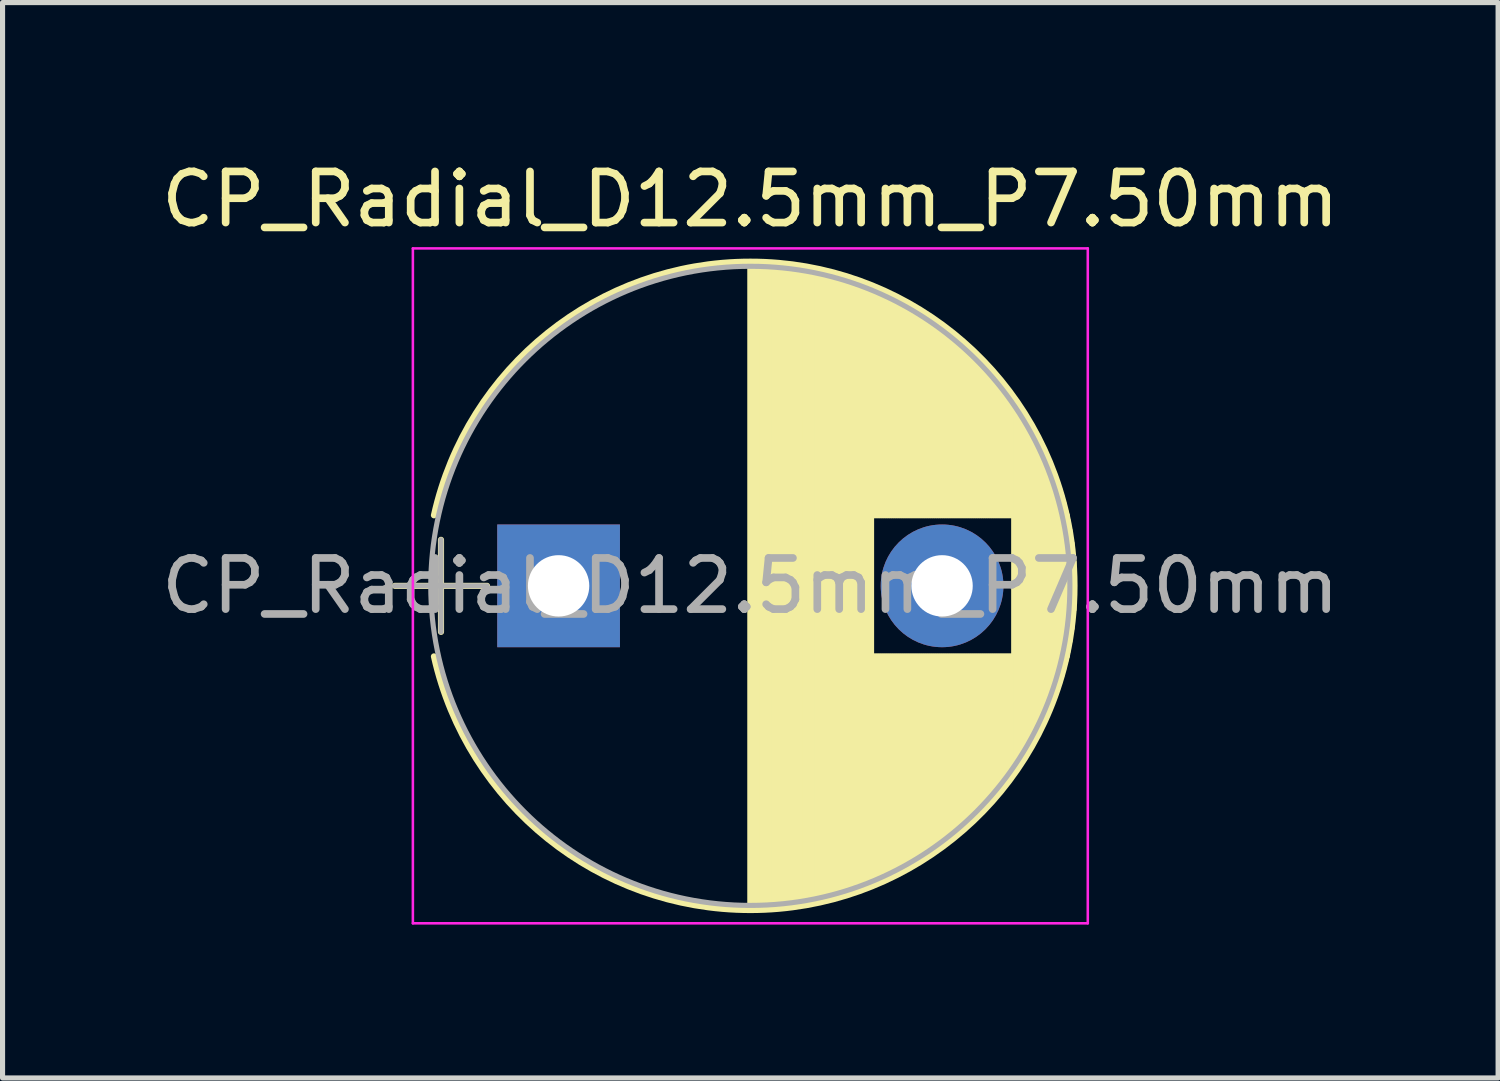
<source format=kicad_pcb>
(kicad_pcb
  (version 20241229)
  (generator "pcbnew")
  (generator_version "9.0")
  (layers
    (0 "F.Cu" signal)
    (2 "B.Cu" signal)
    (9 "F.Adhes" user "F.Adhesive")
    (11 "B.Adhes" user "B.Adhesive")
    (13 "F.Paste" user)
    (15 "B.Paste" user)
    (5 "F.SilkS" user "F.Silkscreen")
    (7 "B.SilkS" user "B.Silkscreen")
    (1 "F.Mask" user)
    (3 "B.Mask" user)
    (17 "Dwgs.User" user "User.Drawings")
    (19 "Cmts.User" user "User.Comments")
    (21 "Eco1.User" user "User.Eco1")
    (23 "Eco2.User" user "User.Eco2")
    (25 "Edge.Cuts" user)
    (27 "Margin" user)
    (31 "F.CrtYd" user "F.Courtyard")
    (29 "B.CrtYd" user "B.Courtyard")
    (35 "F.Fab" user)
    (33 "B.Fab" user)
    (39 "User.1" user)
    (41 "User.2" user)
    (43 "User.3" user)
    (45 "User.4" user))
  (footprint "CP_Radial_D12.5mm_P7.50mm"
    (layer "F.Cu")
    (at 7.875 8.408)
    (property "Reference" "CP_Radial_D12.5mm_P7.50mm" (at 3.75 -7.56 0) (layer "F.SilkS") (effects (font (size 1 1) (thickness 0.15))))
    (attr through_hole)
    (fp_line (start -3.2 0) (end -1.4 0) (stroke (width 0.12) (type solid)) (layer "F.SilkS"))
    (fp_line (start -2.3 -0.9) (end -2.3 0.9) (stroke (width 0.12) (type solid)) (layer "F.SilkS"))
    (fp_line (start 3.75 -6.3) (end 3.75 6.3) (stroke (width 0.12) (type solid)) (layer "F.SilkS"))
    (fp_line (start 3.79 -6.3) (end 3.79 6.3) (stroke (width 0.12) (type solid)) (layer "F.SilkS"))
    (fp_line (start 3.83 -6.3) (end 3.83 6.3) (stroke (width 0.12) (type solid)) (layer "F.SilkS"))
    (fp_line (start 3.87 -6.299) (end 3.87 6.299) (stroke (width 0.12) (type solid)) (layer "F.SilkS"))
    (fp_line (start 3.91 -6.298) (end 3.91 6.298) (stroke (width 0.12) (type solid)) (layer "F.SilkS"))
    (fp_line (start 3.95 -6.297) (end 3.95 6.297) (stroke (width 0.12) (type solid)) (layer "F.SilkS"))
    (fp_line (start 3.99 -6.296) (end 3.99 6.296) (stroke (width 0.12) (type solid)) (layer "F.SilkS"))
    (fp_line (start 4.03 -6.294) (end 4.03 6.294) (stroke (width 0.12) (type solid)) (layer "F.SilkS"))
    (fp_line (start 4.07 -6.292) (end 4.07 6.292) (stroke (width 0.12) (type solid)) (layer "F.SilkS"))
    (fp_line (start 4.11 -6.29) (end 4.11 6.29) (stroke (width 0.12) (type solid)) (layer "F.SilkS"))
    (fp_line (start 4.15 -6.288) (end 4.15 6.288) (stroke (width 0.12) (type solid)) (layer "F.SilkS"))
    (fp_line (start 4.19 -6.285) (end 4.19 6.285) (stroke (width 0.12) (type solid)) (layer "F.SilkS"))
    (fp_line (start 4.23 -6.282) (end 4.23 6.282) (stroke (width 0.12) (type solid)) (layer "F.SilkS"))
    (fp_line (start 4.27 -6.279) (end 4.27 6.279) (stroke (width 0.12) (type solid)) (layer "F.SilkS"))
    (fp_line (start 4.31 -6.276) (end 4.31 6.276) (stroke (width 0.12) (type solid)) (layer "F.SilkS"))
    (fp_line (start 4.35 -6.272) (end 4.35 6.272) (stroke (width 0.12) (type solid)) (layer "F.SilkS"))
    (fp_line (start 4.39 -6.268) (end 4.39 6.268) (stroke (width 0.12) (type solid)) (layer "F.SilkS"))
    (fp_line (start 4.43 -6.264) (end 4.43 6.264) (stroke (width 0.12) (type solid)) (layer "F.SilkS"))
    (fp_line (start 4.471 -6.259) (end 4.471 6.259) (stroke (width 0.12) (type solid)) (layer "F.SilkS"))
    (fp_line (start 4.511 -6.255) (end 4.511 6.255) (stroke (width 0.12) (type solid)) (layer "F.SilkS"))
    (fp_line (start 4.551 -6.25) (end 4.551 6.25) (stroke (width 0.12) (type solid)) (layer "F.SilkS"))
    (fp_line (start 4.591 -6.245) (end 4.591 6.245) (stroke (width 0.12) (type solid)) (layer "F.SilkS"))
    (fp_line (start 4.631 -6.239) (end 4.631 6.239) (stroke (width 0.12) (type solid)) (layer "F.SilkS"))
    (fp_line (start 4.671 -6.233) (end 4.671 6.233) (stroke (width 0.12) (type solid)) (layer "F.SilkS"))
    (fp_line (start 4.711 -6.227) (end 4.711 6.227) (stroke (width 0.12) (type solid)) (layer "F.SilkS"))
    (fp_line (start 4.751 -6.221) (end 4.751 6.221) (stroke (width 0.12) (type solid)) (layer "F.SilkS"))
    (fp_line (start 4.791 -6.215) (end 4.791 6.215) (stroke (width 0.12) (type solid)) (layer "F.SilkS"))
    (fp_line (start 4.831 -6.208) (end 4.831 6.208) (stroke (width 0.12) (type solid)) (layer "F.SilkS"))
    (fp_line (start 4.871 -6.201) (end 4.871 6.201) (stroke (width 0.12) (type solid)) (layer "F.SilkS"))
    (fp_line (start 4.911 -6.193) (end 4.911 6.193) (stroke (width 0.12) (type solid)) (layer "F.SilkS"))
    (fp_line (start 4.951 -6.186) (end 4.951 6.186) (stroke (width 0.12) (type solid)) (layer "F.SilkS"))
    (fp_line (start 4.991 -6.178) (end 4.991 6.178) (stroke (width 0.12) (type solid)) (layer "F.SilkS"))
    (fp_line (start 5.031 -6.17) (end 5.031 6.17) (stroke (width 0.12) (type solid)) (layer "F.SilkS"))
    (fp_line (start 5.071 -6.162) (end 5.071 6.162) (stroke (width 0.12) (type solid)) (layer "F.SilkS"))
    (fp_line (start 5.111 -6.153) (end 5.111 6.153) (stroke (width 0.12) (type solid)) (layer "F.SilkS"))
    (fp_line (start 5.151 -6.144) (end 5.151 6.144) (stroke (width 0.12) (type solid)) (layer "F.SilkS"))
    (fp_line (start 5.191 -6.135) (end 5.191 6.135) (stroke (width 0.12) (type solid)) (layer "F.SilkS"))
    (fp_line (start 5.231 -6.125) (end 5.231 6.125) (stroke (width 0.12) (type solid)) (layer "F.SilkS"))
    (fp_line (start 5.271 -6.116) (end 5.271 6.116) (stroke (width 0.12) (type solid)) (layer "F.SilkS"))
    (fp_line (start 5.311 -6.106) (end 5.311 6.106) (stroke (width 0.12) (type solid)) (layer "F.SilkS"))
    (fp_line (start 5.351 -6.095) (end 5.351 6.095) (stroke (width 0.12) (type solid)) (layer "F.SilkS"))
    (fp_line (start 5.391 -6.085) (end 5.391 6.085) (stroke (width 0.12) (type solid)) (layer "F.SilkS"))
    (fp_line (start 5.431 -6.074) (end 5.431 6.074) (stroke (width 0.12) (type solid)) (layer "F.SilkS"))
    (fp_line (start 5.471 -6.063) (end 5.471 6.063) (stroke (width 0.12) (type solid)) (layer "F.SilkS"))
    (fp_line (start 5.511 -6.051) (end 5.511 6.051) (stroke (width 0.12) (type solid)) (layer "F.SilkS"))
    (fp_line (start 5.551 -6.04) (end 5.551 6.04) (stroke (width 0.12) (type solid)) (layer "F.SilkS"))
    (fp_line (start 5.591 -6.028) (end 5.591 6.028) (stroke (width 0.12) (type solid)) (layer "F.SilkS"))
    (fp_line (start 5.631 -6.015) (end 5.631 6.015) (stroke (width 0.12) (type solid)) (layer "F.SilkS"))
    (fp_line (start 5.671 -6.003) (end 5.671 6.003) (stroke (width 0.12) (type solid)) (layer "F.SilkS"))
    (fp_line (start 5.711 -5.99) (end 5.711 5.99) (stroke (width 0.12) (type solid)) (layer "F.SilkS"))
    (fp_line (start 5.751 -5.977) (end 5.751 5.977) (stroke (width 0.12) (type solid)) (layer "F.SilkS"))
    (fp_line (start 5.791 -5.963) (end 5.791 5.963) (stroke (width 0.12) (type solid)) (layer "F.SilkS"))
    (fp_line (start 5.831 -5.95) (end 5.831 5.95) (stroke (width 0.12) (type solid)) (layer "F.SilkS"))
    (fp_line (start 5.871 -5.936) (end 5.871 5.936) (stroke (width 0.12) (type solid)) (layer "F.SilkS"))
    (fp_line (start 5.911 -5.921) (end 5.911 5.921) (stroke (width 0.12) (type solid)) (layer "F.SilkS"))
    (fp_line (start 5.951 -5.907) (end 5.951 5.907) (stroke (width 0.12) (type solid)) (layer "F.SilkS"))
    (fp_line (start 5.991 -5.892) (end 5.991 5.892) (stroke (width 0.12) (type solid)) (layer "F.SilkS"))
    (fp_line (start 6.031 -5.876) (end 6.031 5.876) (stroke (width 0.12) (type solid)) (layer "F.SilkS"))
    (fp_line (start 6.071 -5.861) (end 6.071 5.861) (stroke (width 0.12) (type solid)) (layer "F.SilkS"))
    (fp_line (start 6.111 -5.845) (end 6.111 5.845) (stroke (width 0.12) (type solid)) (layer "F.SilkS"))
    (fp_line (start 6.151 -5.829) (end 6.151 -1.38) (stroke (width 0.12) (type solid)) (layer "F.SilkS"))
    (fp_line (start 6.151 1.38) (end 6.151 5.829) (stroke (width 0.12) (type solid)) (layer "F.SilkS"))
    (fp_line (start 6.191 -5.812) (end 6.191 -1.38) (stroke (width 0.12) (type solid)) (layer "F.SilkS"))
    (fp_line (start 6.191 1.38) (end 6.191 5.812) (stroke (width 0.12) (type solid)) (layer "F.SilkS"))
    (fp_line (start 6.231 -5.795) (end 6.231 -1.38) (stroke (width 0.12) (type solid)) (layer "F.SilkS"))
    (fp_line (start 6.231 1.38) (end 6.231 5.795) (stroke (width 0.12) (type solid)) (layer "F.SilkS"))
    (fp_line (start 6.271 -5.778) (end 6.271 -1.38) (stroke (width 0.12) (type solid)) (layer "F.SilkS"))
    (fp_line (start 6.271 1.38) (end 6.271 5.778) (stroke (width 0.12) (type solid)) (layer "F.SilkS"))
    (fp_line (start 6.311 -5.761) (end 6.311 -1.38) (stroke (width 0.12) (type solid)) (layer "F.SilkS"))
    (fp_line (start 6.311 1.38) (end 6.311 5.761) (stroke (width 0.12) (type solid)) (layer "F.SilkS"))
    (fp_line (start 6.351 -5.743) (end 6.351 -1.38) (stroke (width 0.12) (type solid)) (layer "F.SilkS"))
    (fp_line (start 6.351 1.38) (end 6.351 5.743) (stroke (width 0.12) (type solid)) (layer "F.SilkS"))
    (fp_line (start 6.391 -5.725) (end 6.391 -1.38) (stroke (width 0.12) (type solid)) (layer "F.SilkS"))
    (fp_line (start 6.391 1.38) (end 6.391 5.725) (stroke (width 0.12) (type solid)) (layer "F.SilkS"))
    (fp_line (start 6.431 -5.706) (end 6.431 -1.38) (stroke (width 0.12) (type solid)) (layer "F.SilkS"))
    (fp_line (start 6.431 1.38) (end 6.431 5.706) (stroke (width 0.12) (type solid)) (layer "F.SilkS"))
    (fp_line (start 6.471 -5.687) (end 6.471 -1.38) (stroke (width 0.12) (type solid)) (layer "F.SilkS"))
    (fp_line (start 6.471 1.38) (end 6.471 5.687) (stroke (width 0.12) (type solid)) (layer "F.SilkS"))
    (fp_line (start 6.511 -5.668) (end 6.511 -1.38) (stroke (width 0.12) (type solid)) (layer "F.SilkS"))
    (fp_line (start 6.511 1.38) (end 6.511 5.668) (stroke (width 0.12) (type solid)) (layer "F.SilkS"))
    (fp_line (start 6.551 -5.649) (end 6.551 -1.38) (stroke (width 0.12) (type solid)) (layer "F.SilkS"))
    (fp_line (start 6.551 1.38) (end 6.551 5.649) (stroke (width 0.12) (type solid)) (layer "F.SilkS"))
    (fp_line (start 6.591 -5.629) (end 6.591 -1.38) (stroke (width 0.12) (type solid)) (layer "F.SilkS"))
    (fp_line (start 6.591 1.38) (end 6.591 5.629) (stroke (width 0.12) (type solid)) (layer "F.SilkS"))
    (fp_line (start 6.631 -5.609) (end 6.631 -1.38) (stroke (width 0.12) (type solid)) (layer "F.SilkS"))
    (fp_line (start 6.631 1.38) (end 6.631 5.609) (stroke (width 0.12) (type solid)) (layer "F.SilkS"))
    (fp_line (start 6.671 -5.588) (end 6.671 -1.38) (stroke (width 0.12) (type solid)) (layer "F.SilkS"))
    (fp_line (start 6.671 1.38) (end 6.671 5.588) (stroke (width 0.12) (type solid)) (layer "F.SilkS"))
    (fp_line (start 6.711 -5.567) (end 6.711 -1.38) (stroke (width 0.12) (type solid)) (layer "F.SilkS"))
    (fp_line (start 6.711 1.38) (end 6.711 5.567) (stroke (width 0.12) (type solid)) (layer "F.SilkS"))
    (fp_line (start 6.751 -5.546) (end 6.751 -1.38) (stroke (width 0.12) (type solid)) (layer "F.SilkS"))
    (fp_line (start 6.751 1.38) (end 6.751 5.546) (stroke (width 0.12) (type solid)) (layer "F.SilkS"))
    (fp_line (start 6.791 -5.524) (end 6.791 -1.38) (stroke (width 0.12) (type solid)) (layer "F.SilkS"))
    (fp_line (start 6.791 1.38) (end 6.791 5.524) (stroke (width 0.12) (type solid)) (layer "F.SilkS"))
    (fp_line (start 6.831 -5.502) (end 6.831 -1.38) (stroke (width 0.12) (type solid)) (layer "F.SilkS"))
    (fp_line (start 6.831 1.38) (end 6.831 5.502) (stroke (width 0.12) (type solid)) (layer "F.SilkS"))
    (fp_line (start 6.871 -5.48) (end 6.871 -1.38) (stroke (width 0.12) (type solid)) (layer "F.SilkS"))
    (fp_line (start 6.871 1.38) (end 6.871 5.48) (stroke (width 0.12) (type solid)) (layer "F.SilkS"))
    (fp_line (start 6.911 -5.457) (end 6.911 -1.38) (stroke (width 0.12) (type solid)) (layer "F.SilkS"))
    (fp_line (start 6.911 1.38) (end 6.911 5.457) (stroke (width 0.12) (type solid)) (layer "F.SilkS"))
    (fp_line (start 6.951 -5.434) (end 6.951 -1.38) (stroke (width 0.12) (type solid)) (layer "F.SilkS"))
    (fp_line (start 6.951 1.38) (end 6.951 5.434) (stroke (width 0.12) (type solid)) (layer "F.SilkS"))
    (fp_line (start 6.991 -5.41) (end 6.991 -1.38) (stroke (width 0.12) (type solid)) (layer "F.SilkS"))
    (fp_line (start 6.991 1.38) (end 6.991 5.41) (stroke (width 0.12) (type solid)) (layer "F.SilkS"))
    (fp_line (start 7.031 -5.386) (end 7.031 -1.38) (stroke (width 0.12) (type solid)) (layer "F.SilkS"))
    (fp_line (start 7.031 1.38) (end 7.031 5.386) (stroke (width 0.12) (type solid)) (layer "F.SilkS"))
    (fp_line (start 7.071 -5.362) (end 7.071 -1.38) (stroke (width 0.12) (type solid)) (layer "F.SilkS"))
    (fp_line (start 7.071 1.38) (end 7.071 5.362) (stroke (width 0.12) (type solid)) (layer "F.SilkS"))
    (fp_line (start 7.111 -5.337) (end 7.111 -1.38) (stroke (width 0.12) (type solid)) (layer "F.SilkS"))
    (fp_line (start 7.111 1.38) (end 7.111 5.337) (stroke (width 0.12) (type solid)) (layer "F.SilkS"))
    (fp_line (start 7.151 -5.312) (end 7.151 -1.38) (stroke (width 0.12) (type solid)) (layer "F.SilkS"))
    (fp_line (start 7.151 1.38) (end 7.151 5.312) (stroke (width 0.12) (type solid)) (layer "F.SilkS"))
    (fp_line (start 7.191 -5.286) (end 7.191 -1.38) (stroke (width 0.12) (type solid)) (layer "F.SilkS"))
    (fp_line (start 7.191 1.38) (end 7.191 5.286) (stroke (width 0.12) (type solid)) (layer "F.SilkS"))
    (fp_line (start 7.231 -5.26) (end 7.231 -1.38) (stroke (width 0.12) (type solid)) (layer "F.SilkS"))
    (fp_line (start 7.231 1.38) (end 7.231 5.26) (stroke (width 0.12) (type solid)) (layer "F.SilkS"))
    (fp_line (start 7.271 -5.234) (end 7.271 -1.38) (stroke (width 0.12) (type solid)) (layer "F.SilkS"))
    (fp_line (start 7.271 1.38) (end 7.271 5.234) (stroke (width 0.12) (type solid)) (layer "F.SilkS"))
    (fp_line (start 7.311 -5.207) (end 7.311 -1.38) (stroke (width 0.12) (type solid)) (layer "F.SilkS"))
    (fp_line (start 7.311 1.38) (end 7.311 5.207) (stroke (width 0.12) (type solid)) (layer "F.SilkS"))
    (fp_line (start 7.351 -5.179) (end 7.351 -1.38) (stroke (width 0.12) (type solid)) (layer "F.SilkS"))
    (fp_line (start 7.351 1.38) (end 7.351 5.179) (stroke (width 0.12) (type solid)) (layer "F.SilkS"))
    (fp_line (start 7.391 -5.151) (end 7.391 -1.38) (stroke (width 0.12) (type solid)) (layer "F.SilkS"))
    (fp_line (start 7.391 1.38) (end 7.391 5.151) (stroke (width 0.12) (type solid)) (layer "F.SilkS"))
    (fp_line (start 7.431 -5.123) (end 7.431 -1.38) (stroke (width 0.12) (type solid)) (layer "F.SilkS"))
    (fp_line (start 7.431 1.38) (end 7.431 5.123) (stroke (width 0.12) (type solid)) (layer "F.SilkS"))
    (fp_line (start 7.471 -5.094) (end 7.471 -1.38) (stroke (width 0.12) (type solid)) (layer "F.SilkS"))
    (fp_line (start 7.471 1.38) (end 7.471 5.094) (stroke (width 0.12) (type solid)) (layer "F.SilkS"))
    (fp_line (start 7.511 -5.065) (end 7.511 -1.38) (stroke (width 0.12) (type solid)) (layer "F.SilkS"))
    (fp_line (start 7.511 1.38) (end 7.511 5.065) (stroke (width 0.12) (type solid)) (layer "F.SilkS"))
    (fp_line (start 7.551 -5.035) (end 7.551 -1.38) (stroke (width 0.12) (type solid)) (layer "F.SilkS"))
    (fp_line (start 7.551 1.38) (end 7.551 5.035) (stroke (width 0.12) (type solid)) (layer "F.SilkS"))
    (fp_line (start 7.591 -5.005) (end 7.591 -1.38) (stroke (width 0.12) (type solid)) (layer "F.SilkS"))
    (fp_line (start 7.591 1.38) (end 7.591 5.005) (stroke (width 0.12) (type solid)) (layer "F.SilkS"))
    (fp_line (start 7.631 -4.975) (end 7.631 -1.38) (stroke (width 0.12) (type solid)) (layer "F.SilkS"))
    (fp_line (start 7.631 1.38) (end 7.631 4.975) (stroke (width 0.12) (type solid)) (layer "F.SilkS"))
    (fp_line (start 7.671 -4.943) (end 7.671 -1.38) (stroke (width 0.12) (type solid)) (layer "F.SilkS"))
    (fp_line (start 7.671 1.38) (end 7.671 4.943) (stroke (width 0.12) (type solid)) (layer "F.SilkS"))
    (fp_line (start 7.711 -4.912) (end 7.711 -1.38) (stroke (width 0.12) (type solid)) (layer "F.SilkS"))
    (fp_line (start 7.711 1.38) (end 7.711 4.912) (stroke (width 0.12) (type solid)) (layer "F.SilkS"))
    (fp_line (start 7.751 -4.879) (end 7.751 -1.38) (stroke (width 0.12) (type solid)) (layer "F.SilkS"))
    (fp_line (start 7.751 1.38) (end 7.751 4.879) (stroke (width 0.12) (type solid)) (layer "F.SilkS"))
    (fp_line (start 7.791 -4.847) (end 7.791 -1.38) (stroke (width 0.12) (type solid)) (layer "F.SilkS"))
    (fp_line (start 7.791 1.38) (end 7.791 4.847) (stroke (width 0.12) (type solid)) (layer "F.SilkS"))
    (fp_line (start 7.831 -4.813) (end 7.831 -1.38) (stroke (width 0.12) (type solid)) (layer "F.SilkS"))
    (fp_line (start 7.831 1.38) (end 7.831 4.813) (stroke (width 0.12) (type solid)) (layer "F.SilkS"))
    (fp_line (start 7.871 -4.779) (end 7.871 -1.38) (stroke (width 0.12) (type solid)) (layer "F.SilkS"))
    (fp_line (start 7.871 1.38) (end 7.871 4.779) (stroke (width 0.12) (type solid)) (layer "F.SilkS"))
    (fp_line (start 7.911 -4.745) (end 7.911 -1.38) (stroke (width 0.12) (type solid)) (layer "F.SilkS"))
    (fp_line (start 7.911 1.38) (end 7.911 4.745) (stroke (width 0.12) (type solid)) (layer "F.SilkS"))
    (fp_line (start 7.951 -4.71) (end 7.951 -1.38) (stroke (width 0.12) (type solid)) (layer "F.SilkS"))
    (fp_line (start 7.951 1.38) (end 7.951 4.71) (stroke (width 0.12) (type solid)) (layer "F.SilkS"))
    (fp_line (start 7.991 -4.674) (end 7.991 -1.38) (stroke (width 0.12) (type solid)) (layer "F.SilkS"))
    (fp_line (start 7.991 1.38) (end 7.991 4.674) (stroke (width 0.12) (type solid)) (layer "F.SilkS"))
    (fp_line (start 8.031 -4.638) (end 8.031 -1.38) (stroke (width 0.12) (type solid)) (layer "F.SilkS"))
    (fp_line (start 8.031 1.38) (end 8.031 4.638) (stroke (width 0.12) (type solid)) (layer "F.SilkS"))
    (fp_line (start 8.071 -4.601) (end 8.071 -1.38) (stroke (width 0.12) (type solid)) (layer "F.SilkS"))
    (fp_line (start 8.071 1.38) (end 8.071 4.601) (stroke (width 0.12) (type solid)) (layer "F.SilkS"))
    (fp_line (start 8.111 -4.563) (end 8.111 -1.38) (stroke (width 0.12) (type solid)) (layer "F.SilkS"))
    (fp_line (start 8.111 1.38) (end 8.111 4.563) (stroke (width 0.12) (type solid)) (layer "F.SilkS"))
    (fp_line (start 8.151 -4.525) (end 8.151 -1.38) (stroke (width 0.12) (type solid)) (layer "F.SilkS"))
    (fp_line (start 8.151 1.38) (end 8.151 4.525) (stroke (width 0.12) (type solid)) (layer "F.SilkS"))
    (fp_line (start 8.191 -4.486) (end 8.191 -1.38) (stroke (width 0.12) (type solid)) (layer "F.SilkS"))
    (fp_line (start 8.191 1.38) (end 8.191 4.486) (stroke (width 0.12) (type solid)) (layer "F.SilkS"))
    (fp_line (start 8.231 -4.447) (end 8.231 -1.38) (stroke (width 0.12) (type solid)) (layer "F.SilkS"))
    (fp_line (start 8.231 1.38) (end 8.231 4.447) (stroke (width 0.12) (type solid)) (layer "F.SilkS"))
    (fp_line (start 8.271 -4.406) (end 8.271 -1.38) (stroke (width 0.12) (type solid)) (layer "F.SilkS"))
    (fp_line (start 8.271 1.38) (end 8.271 4.406) (stroke (width 0.12) (type solid)) (layer "F.SilkS"))
    (fp_line (start 8.311 -4.365) (end 8.311 -1.38) (stroke (width 0.12) (type solid)) (layer "F.SilkS"))
    (fp_line (start 8.311 1.38) (end 8.311 4.365) (stroke (width 0.12) (type solid)) (layer "F.SilkS"))
    (fp_line (start 8.351 -4.323) (end 8.351 -1.38) (stroke (width 0.12) (type solid)) (layer "F.SilkS"))
    (fp_line (start 8.351 1.38) (end 8.351 4.323) (stroke (width 0.12) (type solid)) (layer "F.SilkS"))
    (fp_line (start 8.391 -4.281) (end 8.391 -1.38) (stroke (width 0.12) (type solid)) (layer "F.SilkS"))
    (fp_line (start 8.391 1.38) (end 8.391 4.281) (stroke (width 0.12) (type solid)) (layer "F.SilkS"))
    (fp_line (start 8.431 -4.238) (end 8.431 -1.38) (stroke (width 0.12) (type solid)) (layer "F.SilkS"))
    (fp_line (start 8.431 1.38) (end 8.431 4.238) (stroke (width 0.12) (type solid)) (layer "F.SilkS"))
    (fp_line (start 8.471 -4.193) (end 8.471 -1.38) (stroke (width 0.12) (type solid)) (layer "F.SilkS"))
    (fp_line (start 8.471 1.38) (end 8.471 4.193) (stroke (width 0.12) (type solid)) (layer "F.SilkS"))
    (fp_line (start 8.511 -4.148) (end 8.511 -1.38) (stroke (width 0.12) (type solid)) (layer "F.SilkS"))
    (fp_line (start 8.511 1.38) (end 8.511 4.148) (stroke (width 0.12) (type solid)) (layer "F.SilkS"))
    (fp_line (start 8.551 -4.102) (end 8.551 -1.38) (stroke (width 0.12) (type solid)) (layer "F.SilkS"))
    (fp_line (start 8.551 1.38) (end 8.551 4.102) (stroke (width 0.12) (type solid)) (layer "F.SilkS"))
    (fp_line (start 8.591 -4.056) (end 8.591 -1.38) (stroke (width 0.12) (type solid)) (layer "F.SilkS"))
    (fp_line (start 8.591 1.38) (end 8.591 4.056) (stroke (width 0.12) (type solid)) (layer "F.SilkS"))
    (fp_line (start 8.631 -4.008) (end 8.631 -1.38) (stroke (width 0.12) (type solid)) (layer "F.SilkS"))
    (fp_line (start 8.631 1.38) (end 8.631 4.008) (stroke (width 0.12) (type solid)) (layer "F.SilkS"))
    (fp_line (start 8.671 -3.959) (end 8.671 -1.38) (stroke (width 0.12) (type solid)) (layer "F.SilkS"))
    (fp_line (start 8.671 1.38) (end 8.671 3.959) (stroke (width 0.12) (type solid)) (layer "F.SilkS"))
    (fp_line (start 8.711 -3.909) (end 8.711 -1.38) (stroke (width 0.12) (type solid)) (layer "F.SilkS"))
    (fp_line (start 8.711 1.38) (end 8.711 3.909) (stroke (width 0.12) (type solid)) (layer "F.SilkS"))
    (fp_line (start 8.751 -3.859) (end 8.751 -1.38) (stroke (width 0.12) (type solid)) (layer "F.SilkS"))
    (fp_line (start 8.751 1.38) (end 8.751 3.859) (stroke (width 0.12) (type solid)) (layer "F.SilkS"))
    (fp_line (start 8.791 -3.807) (end 8.791 -1.38) (stroke (width 0.12) (type solid)) (layer "F.SilkS"))
    (fp_line (start 8.791 1.38) (end 8.791 3.807) (stroke (width 0.12) (type solid)) (layer "F.SilkS"))
    (fp_line (start 8.831 -3.754) (end 8.831 -1.38) (stroke (width 0.12) (type solid)) (layer "F.SilkS"))
    (fp_line (start 8.831 1.38) (end 8.831 3.754) (stroke (width 0.12) (type solid)) (layer "F.SilkS"))
    (fp_line (start 8.871 -3.7) (end 8.871 -1.38) (stroke (width 0.12) (type solid)) (layer "F.SilkS"))
    (fp_line (start 8.871 1.38) (end 8.871 3.7) (stroke (width 0.12) (type solid)) (layer "F.SilkS"))
    (fp_line (start 8.911 -3.644) (end 8.911 3.644) (stroke (width 0.12) (type solid)) (layer "F.SilkS"))
    (fp_line (start 8.951 -3.588) (end 8.951 3.588) (stroke (width 0.12) (type solid)) (layer "F.SilkS"))
    (fp_line (start 8.991 -3.53) (end 8.991 3.53) (stroke (width 0.12) (type solid)) (layer "F.SilkS"))
    (fp_line (start 9.031 -3.47) (end 9.031 3.47) (stroke (width 0.12) (type solid)) (layer "F.SilkS"))
    (fp_line (start 9.071 -3.409) (end 9.071 3.409) (stroke (width 0.12) (type solid)) (layer "F.SilkS"))
    (fp_line (start 9.111 -3.347) (end 9.111 3.347) (stroke (width 0.12) (type solid)) (layer "F.SilkS"))
    (fp_line (start 9.151 -3.282) (end 9.151 3.282) (stroke (width 0.12) (type solid)) (layer "F.SilkS"))
    (fp_line (start 9.191 -3.217) (end 9.191 3.217) (stroke (width 0.12) (type solid)) (layer "F.SilkS"))
    (fp_line (start 9.231 -3.149) (end 9.231 3.149) (stroke (width 0.12) (type solid)) (layer "F.SilkS"))
    (fp_line (start 9.271 -3.079) (end 9.271 3.079) (stroke (width 0.12) (type solid)) (layer "F.SilkS"))
    (fp_line (start 9.311 -3.007) (end 9.311 3.007) (stroke (width 0.12) (type solid)) (layer "F.SilkS"))
    (fp_line (start 9.351 -2.933) (end 9.351 2.933) (stroke (width 0.12) (type solid)) (layer "F.SilkS"))
    (fp_line (start 9.391 -2.856) (end 9.391 2.856) (stroke (width 0.12) (type solid)) (layer "F.SilkS"))
    (fp_line (start 9.431 -2.777) (end 9.431 2.777) (stroke (width 0.12) (type solid)) (layer "F.SilkS"))
    (fp_line (start 9.471 -2.695) (end 9.471 2.695) (stroke (width 0.12) (type solid)) (layer "F.SilkS"))
    (fp_line (start 9.511 -2.61) (end 9.511 2.61) (stroke (width 0.12) (type solid)) (layer "F.SilkS"))
    (fp_line (start 9.551 -2.521) (end 9.551 2.521) (stroke (width 0.12) (type solid)) (layer "F.SilkS"))
    (fp_line (start 9.591 -2.428) (end 9.591 2.428) (stroke (width 0.12) (type solid)) (layer "F.SilkS"))
    (fp_line (start 9.631 -2.331) (end 9.631 2.331) (stroke (width 0.12) (type solid)) (layer "F.SilkS"))
    (fp_line (start 9.671 -2.23) (end 9.671 2.23) (stroke (width 0.12) (type solid)) (layer "F.SilkS"))
    (fp_line (start 9.711 -2.122) (end 9.711 2.122) (stroke (width 0.12) (type solid)) (layer "F.SilkS"))
    (fp_line (start 9.751 -2.009) (end 9.751 2.009) (stroke (width 0.12) (type solid)) (layer "F.SilkS"))
    (fp_line (start 9.791 -1.888) (end 9.791 1.888) (stroke (width 0.12) (type solid)) (layer "F.SilkS"))
    (fp_line (start 9.831 -1.757) (end 9.831 1.757) (stroke (width 0.12) (type solid)) (layer "F.SilkS"))
    (fp_line (start 9.871 -1.616) (end 9.871 1.616) (stroke (width 0.12) (type solid)) (layer "F.SilkS"))
    (fp_line (start 9.911 -1.46) (end 9.911 1.46) (stroke (width 0.12) (type solid)) (layer "F.SilkS"))
    (fp_line (start 9.951 -1.285) (end 9.951 1.285) (stroke (width 0.12) (type solid)) (layer "F.SilkS"))
    (fp_line (start 9.991 -1.082) (end 9.991 1.082) (stroke (width 0.12) (type solid)) (layer "F.SilkS"))
    (fp_line (start 10.031 -0.831) (end 10.031 0.831) (stroke (width 0.12) (type solid)) (layer "F.SilkS"))
    (fp_line (start 10.071 -0.464) (end 10.071 0.464) (stroke (width 0.12) (type solid)) (layer "F.SilkS"))
    (fp_arc (start -2.437988 -1.38) (mid 3.75243 -6.339999) (end 9.939044 -1.375256) (stroke (width 0.12) (type solid)) (layer "F.SilkS"))
    (fp_arc (start 9.937988 -1.38) (mid 10.089999 -0.00243) (end 9.939044 1.375256) (stroke (width 0.12) (type solid)) (layer "F.SilkS"))
    (fp_arc (start 9.939044 1.375256) (mid 3.75243 6.339999) (end -2.437988 1.38) (stroke (width 0.12) (type solid)) (layer "F.SilkS"))
    (fp_line (start -2.85 -6.6) (end -2.85 6.6) (stroke (width 0.05) (type solid)) (layer "F.CrtYd"))
    (fp_line (start -2.85 6.6) (end 10.35 6.6) (stroke (width 0.05) (type solid)) (layer "F.CrtYd"))
    (fp_line (start 10.35 -6.6) (end -2.85 -6.6) (stroke (width 0.05) (type solid)) (layer "F.CrtYd"))
    (fp_line (start 10.35 6.6) (end 10.35 -6.6) (stroke (width 0.05) (type solid)) (layer "F.CrtYd"))
    (fp_line (start -3.2 0) (end -1.4 0) (stroke (width 0.1) (type solid)) (layer "F.Fab"))
    (fp_line (start -2.3 -0.9) (end -2.3 0.9) (stroke (width 0.1) (type solid)) (layer "F.Fab"))
    (fp_circle (center 3.75 0) (end 10 0) (stroke (width 0.1) (type solid)) (fill no) (layer "F.Fab"))
    (fp_text user "${REFERENCE}" (at 3.75 0 0) (layer "F.Fab") (effects (font (size 1 1) (thickness 0.15))))
    (pad "1" thru_hole rect (at 0 0) (size 2.4 2.4) (drill 1.2) (layers "*.Cu" "*.Mask"))
    (pad "2" thru_hole circle (at 7.5 0) (size 2.4 2.4) (drill 1.2) (layers "*.Cu" "*.Mask")))
  (gr_rect
    (start -3 -3)
    (end 26.25 18.033)
    (stroke (width 0.1) (type default))
    (fill no)
    (layer "Edge.Cuts")))
</source>
